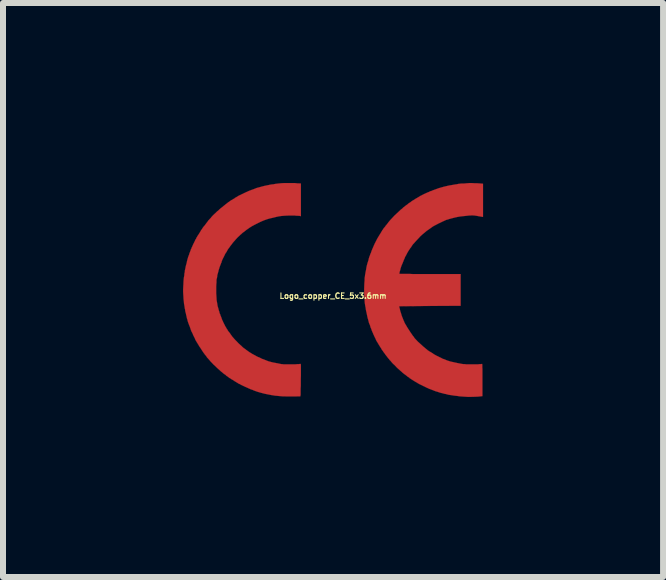
<source format=kicad_pcb>
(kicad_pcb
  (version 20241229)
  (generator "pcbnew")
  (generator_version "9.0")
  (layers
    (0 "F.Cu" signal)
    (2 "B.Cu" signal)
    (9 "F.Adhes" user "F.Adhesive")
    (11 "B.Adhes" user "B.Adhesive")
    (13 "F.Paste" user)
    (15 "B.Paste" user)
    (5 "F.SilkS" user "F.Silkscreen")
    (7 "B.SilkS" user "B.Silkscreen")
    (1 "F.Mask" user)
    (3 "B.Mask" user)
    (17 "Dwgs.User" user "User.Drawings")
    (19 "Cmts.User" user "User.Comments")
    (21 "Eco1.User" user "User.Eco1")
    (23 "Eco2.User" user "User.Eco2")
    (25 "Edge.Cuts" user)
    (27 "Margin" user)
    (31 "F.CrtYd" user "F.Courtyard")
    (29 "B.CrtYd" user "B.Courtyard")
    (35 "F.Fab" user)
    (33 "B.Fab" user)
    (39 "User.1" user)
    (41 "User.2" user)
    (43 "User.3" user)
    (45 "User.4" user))
  (footprint "Logo_copper_CE_5x3.6mm"
    (layer "F.Cu")
    (at 2.501 1.782)
    (property "Reference" "Logo_copper_CE_5x3.6mm" (at 0 0.1 0) (layer "F.SilkS") (effects (font (size 0.091 0.091) (thickness 0.018))))
    (attr exclude_from_pos_files exclude_from_bom)
    (fp_poly (pts (xy 2.499 -1.217) (xy 2.484 -1.219) (xy 2.438 -1.227) (xy 2.398 -1.234) (xy 2.362 -1.24) (xy 2.329 -1.242) (xy 2.304 -1.242) (xy 2.261 -1.24) (xy 2.212 -1.234) (xy 2.159 -1.229) (xy 2.103 -1.222) (xy 2.052 -1.212) (xy 2.007 -1.201) (xy 1.968 -1.191) (xy 1.933 -1.181) (xy 1.908 -1.173) (xy 1.882 -1.166) (xy 1.862 -1.156) (xy 1.839 -1.146) (xy 1.811 -1.133) (xy 1.781 -1.118) (xy 1.763 -1.11) (xy 1.725 -1.09) (xy 1.694 -1.074) (xy 1.666 -1.059) (xy 1.641 -1.041) (xy 1.613 -1.021) (xy 1.58 -0.998) (xy 1.562 -0.986) (xy 1.529 -0.958) (xy 1.491 -0.927) (xy 1.453 -0.892) (xy 1.417 -0.853) (xy 1.384 -0.818) (xy 1.359 -0.79) (xy 1.346 -0.775) (xy 1.333 -0.762) (xy 1.326 -0.752) (xy 1.318 -0.742) (xy 1.308 -0.726) (xy 1.303 -0.716) (xy 1.298 -0.709) (xy 1.29 -0.701) (xy 1.28 -0.686) (xy 1.265 -0.663) (xy 1.247 -0.635) (xy 1.229 -0.602) (xy 1.224 -0.592) (xy 1.217 -0.577) (xy 1.209 -0.564) (xy 1.206 -0.559) (xy 1.201 -0.551) (xy 1.196 -0.538) (xy 1.194 -0.531) (xy 1.186 -0.513) (xy 1.176 -0.493) (xy 1.176 -0.488) (xy 1.166 -0.465) (xy 1.156 -0.439) (xy 1.143 -0.411) (xy 1.135 -0.389) (xy 1.128 -0.366) (xy 1.123 -0.353) (xy 1.123 -0.351) (xy 1.12 -0.335) (xy 1.115 -0.318) (xy 1.11 -0.305) (xy 1.107 -0.287) (xy 1.105 -0.274) (xy 1.102 -0.269) (xy 1.107 -0.269) (xy 1.123 -0.267) (xy 1.148 -0.267) (xy 1.181 -0.267) (xy 1.224 -0.267) (xy 1.275 -0.267) (xy 1.336 -0.264) (xy 1.405 -0.264) (xy 1.478 -0.264) (xy 1.562 -0.264) (xy 1.615 -0.264) (xy 2.126 -0.264) (xy 2.126 0) (xy 2.126 0.264) (xy 1.613 0.267) (xy 1.1 0.272) (xy 1.113 0.32) (xy 1.12 0.353) (xy 1.133 0.391) (xy 1.143 0.427) (xy 1.156 0.46) (xy 1.166 0.485) (xy 1.173 0.503) (xy 1.181 0.521) (xy 1.184 0.526) (xy 1.191 0.546) (xy 1.201 0.564) (xy 1.212 0.582) (xy 1.222 0.599) (xy 1.234 0.62) (xy 1.25 0.645) (xy 1.267 0.671) (xy 1.283 0.696) (xy 1.3 0.721) (xy 1.316 0.744) (xy 1.326 0.759) (xy 1.333 0.77) (xy 1.336 0.77) (xy 1.346 0.785) (xy 1.356 0.8) (xy 1.369 0.815) (xy 1.389 0.836) (xy 1.412 0.861) (xy 1.44 0.886) (xy 1.471 0.914) (xy 1.499 0.94) (xy 1.527 0.963) (xy 1.544 0.978) (xy 1.557 0.988) (xy 1.567 0.996) (xy 1.57 0.998) (xy 1.577 1.006) (xy 1.593 1.016) (xy 1.608 1.026) (xy 1.626 1.036) (xy 1.643 1.046) (xy 1.654 1.054) (xy 1.661 1.057) (xy 1.666 1.059) (xy 1.666 1.062) (xy 1.669 1.064) (xy 1.681 1.072) (xy 1.699 1.082) (xy 1.722 1.095) (xy 1.748 1.107) (xy 1.773 1.12) (xy 1.801 1.133) (xy 1.824 1.146) (xy 1.844 1.153) (xy 1.847 1.153) (xy 1.902 1.176) (xy 1.958 1.194) (xy 2.014 1.206) (xy 2.073 1.219) (xy 2.139 1.232) (xy 2.177 1.237) (xy 2.195 1.237) (xy 2.217 1.24) (xy 2.245 1.24) (xy 2.278 1.24) (xy 2.314 1.24) (xy 2.349 1.24) (xy 2.385 1.24) (xy 2.416 1.24) (xy 2.443 1.237) (xy 2.464 1.237) (xy 2.477 1.234) (xy 2.479 1.234) (xy 2.482 1.234) (xy 2.484 1.234) (xy 2.484 1.237) (xy 2.487 1.245) (xy 2.487 1.255) (xy 2.487 1.27) (xy 2.487 1.29) (xy 2.489 1.318) (xy 2.489 1.354) (xy 2.489 1.394) (xy 2.489 1.445) (xy 2.489 1.501) (xy 2.489 1.77) (xy 2.418 1.778) (xy 2.342 1.781) (xy 2.258 1.783) (xy 2.177 1.778) (xy 2.136 1.775) (xy 2.106 1.773) (xy 2.078 1.768) (xy 2.052 1.765) (xy 2.032 1.763) (xy 2.009 1.76) (xy 1.981 1.755) (xy 1.966 1.753) (xy 1.943 1.75) (xy 1.915 1.745) (xy 1.9 1.74) (xy 1.88 1.735) (xy 1.852 1.73) (xy 1.826 1.722) (xy 1.824 1.722) (xy 1.783 1.712) (xy 1.745 1.699) (xy 1.704 1.687) (xy 1.659 1.669) (xy 1.638 1.661) (xy 1.626 1.656) (xy 1.61 1.651) (xy 1.598 1.646) (xy 1.577 1.636) (xy 1.554 1.626) (xy 1.529 1.613) (xy 1.501 1.6) (xy 1.476 1.587) (xy 1.45 1.575) (xy 1.43 1.565) (xy 1.417 1.557) (xy 1.41 1.554) (xy 1.405 1.549) (xy 1.397 1.544) (xy 1.377 1.534) (xy 1.361 1.524) (xy 1.356 1.521) (xy 1.349 1.516) (xy 1.336 1.509) (xy 1.321 1.499) (xy 1.313 1.494) (xy 1.295 1.481) (xy 1.28 1.473) (xy 1.273 1.468) (xy 1.273 1.466) (xy 1.267 1.46) (xy 1.255 1.453) (xy 1.252 1.45) (xy 1.24 1.443) (xy 1.232 1.438) (xy 1.232 1.435) (xy 1.224 1.43) (xy 1.214 1.422) (xy 1.212 1.42) (xy 1.184 1.4) (xy 1.168 1.387) (xy 1.161 1.382) (xy 1.151 1.372) (xy 1.133 1.356) (xy 1.115 1.341) (xy 1.11 1.336) (xy 1.087 1.316) (xy 1.057 1.288) (xy 1.029 1.257) (xy 0.998 1.229) (xy 0.973 1.201) (xy 0.953 1.176) (xy 0.945 1.171) (xy 0.935 1.156) (xy 0.925 1.143) (xy 0.922 1.143) (xy 0.912 1.13) (xy 0.902 1.115) (xy 0.899 1.113) (xy 0.892 1.102) (xy 0.884 1.095) (xy 0.884 1.092) (xy 0.879 1.087) (xy 0.871 1.077) (xy 0.864 1.064) (xy 0.853 1.052) (xy 0.846 1.041) (xy 0.841 1.036) (xy 0.838 1.031) (xy 0.831 1.019) (xy 0.818 1.003) (xy 0.805 0.983) (xy 0.805 0.98) (xy 0.792 0.96) (xy 0.78 0.942) (xy 0.772 0.927) (xy 0.767 0.922) (xy 0.762 0.914) (xy 0.757 0.902) (xy 0.744 0.884) (xy 0.744 0.881) (xy 0.739 0.871) (xy 0.734 0.869) (xy 0.732 0.861) (xy 0.724 0.851) (xy 0.716 0.833) (xy 0.706 0.81) (xy 0.696 0.79) (xy 0.686 0.77) (xy 0.681 0.757) (xy 0.673 0.742) (xy 0.665 0.721) (xy 0.658 0.706) (xy 0.65 0.688) (xy 0.645 0.676) (xy 0.643 0.668) (xy 0.64 0.66) (xy 0.638 0.655) (xy 0.635 0.645) (xy 0.627 0.63) (xy 0.622 0.612) (xy 0.617 0.594) (xy 0.61 0.577) (xy 0.607 0.569) (xy 0.599 0.551) (xy 0.592 0.523) (xy 0.584 0.493) (xy 0.574 0.457) (xy 0.566 0.419) (xy 0.559 0.384) (xy 0.551 0.351) (xy 0.546 0.323) (xy 0.544 0.305) (xy 0.541 0.287) (xy 0.538 0.277) (xy 0.528 0.211) (xy 0.523 0.137) (xy 0.518 0.061) (xy 0.518 -0.015) (xy 0.521 -0.091) (xy 0.521 -0.094) (xy 0.523 -0.127) (xy 0.526 -0.16) (xy 0.526 -0.188) (xy 0.528 -0.211) (xy 0.531 -0.224) (xy 0.533 -0.246) (xy 0.538 -0.272) (xy 0.541 -0.292) (xy 0.549 -0.33) (xy 0.556 -0.373) (xy 0.564 -0.411) (xy 0.574 -0.447) (xy 0.584 -0.478) (xy 0.587 -0.488) (xy 0.592 -0.5) (xy 0.592 -0.508) (xy 0.594 -0.518) (xy 0.599 -0.533) (xy 0.605 -0.554) (xy 0.615 -0.577) (xy 0.622 -0.599) (xy 0.627 -0.61) (xy 0.632 -0.62) (xy 0.638 -0.638) (xy 0.64 -0.645) (xy 0.653 -0.678) (xy 0.671 -0.719) (xy 0.691 -0.765) (xy 0.714 -0.81) (xy 0.739 -0.859) (xy 0.765 -0.902) (xy 0.79 -0.942) (xy 0.8 -0.958) (xy 0.808 -0.973) (xy 0.815 -0.983) (xy 0.818 -0.988) (xy 0.82 -0.996) (xy 0.826 -1.001) (xy 0.833 -1.008) (xy 0.833 -1.011) (xy 0.841 -1.024) (xy 0.848 -1.034) (xy 0.856 -1.041) (xy 0.866 -1.054) (xy 0.869 -1.057) (xy 0.876 -1.069) (xy 0.884 -1.079) (xy 0.886 -1.079) (xy 0.892 -1.087) (xy 0.902 -1.1) (xy 0.904 -1.102) (xy 0.927 -1.133) (xy 0.955 -1.166) (xy 0.988 -1.201) (xy 1.024 -1.24) (xy 1.062 -1.275) (xy 1.097 -1.308) (xy 1.13 -1.339) (xy 1.133 -1.341) (xy 1.153 -1.356) (xy 1.168 -1.372) (xy 1.181 -1.382) (xy 1.189 -1.387) (xy 1.212 -1.407) (xy 1.232 -1.42) (xy 1.245 -1.43) (xy 1.252 -1.438) (xy 1.255 -1.438) (xy 1.262 -1.445) (xy 1.275 -1.453) (xy 1.28 -1.455) (xy 1.295 -1.466) (xy 1.306 -1.476) (xy 1.308 -1.476) (xy 1.321 -1.486) (xy 1.331 -1.491) (xy 1.344 -1.499) (xy 1.349 -1.501) (xy 1.354 -1.506) (xy 1.364 -1.511) (xy 1.374 -1.519) (xy 1.389 -1.527) (xy 1.41 -1.539) (xy 1.415 -1.542) (xy 1.435 -1.554) (xy 1.455 -1.567) (xy 1.473 -1.575) (xy 1.476 -1.577) (xy 1.511 -1.595) (xy 1.544 -1.61) (xy 1.572 -1.623) (xy 1.598 -1.633) (xy 1.613 -1.641) (xy 1.623 -1.646) (xy 1.633 -1.646) (xy 1.648 -1.654) (xy 1.674 -1.664) (xy 1.694 -1.671) (xy 1.765 -1.697) (xy 1.847 -1.72) (xy 1.933 -1.74) (xy 2.022 -1.755) (xy 2.035 -1.758) (xy 2.057 -1.76) (xy 2.08 -1.765) (xy 2.095 -1.768) (xy 2.116 -1.77) (xy 2.139 -1.773) (xy 2.159 -1.773) (xy 2.182 -1.773) (xy 2.207 -1.775) (xy 2.235 -1.778) (xy 2.243 -1.778) (xy 2.273 -1.781) (xy 2.311 -1.781) (xy 2.357 -1.778) (xy 2.395 -1.778) (xy 2.499 -1.77) (xy 2.499 -1.494) (xy 2.499 -1.217)) (stroke (width 0.003) (type solid)) (fill yes) (layer "F.Cu"))
    (fp_poly (pts (xy -0.536 -1.229) (xy -0.554 -1.234) (xy -0.566 -1.234) (xy -0.584 -1.237) (xy -0.61 -1.237) (xy -0.64 -1.24) (xy -0.673 -1.24) (xy -0.744 -1.24) (xy -0.808 -1.237) (xy -0.866 -1.232) (xy -0.902 -1.227) (xy -0.96 -1.214) (xy -1.011 -1.201) (xy -1.057 -1.191) (xy -1.097 -1.179) (xy -1.135 -1.166) (xy -1.173 -1.151) (xy -1.214 -1.133) (xy -1.25 -1.115) (xy -1.3 -1.09) (xy -1.349 -1.064) (xy -1.389 -1.039) (xy -1.422 -1.016) (xy -1.448 -0.998) (xy -1.453 -0.993) (xy -1.46 -0.988) (xy -1.473 -0.978) (xy -1.476 -0.975) (xy -1.488 -0.965) (xy -1.499 -0.96) (xy -1.501 -0.958) (xy -1.506 -0.953) (xy -1.519 -0.942) (xy -1.534 -0.927) (xy -1.542 -0.922) (xy -1.562 -0.902) (xy -1.582 -0.884) (xy -1.6 -0.866) (xy -1.618 -0.846) (xy -1.638 -0.823) (xy -1.654 -0.805) (xy -1.674 -0.782) (xy -1.692 -0.757) (xy -1.712 -0.732) (xy -1.73 -0.706) (xy -1.748 -0.683) (xy -1.76 -0.663) (xy -1.768 -0.648) (xy -1.773 -0.64) (xy -1.773 -0.638) (xy -1.775 -0.632) (xy -1.781 -0.627) (xy -1.791 -0.612) (xy -1.801 -0.594) (xy -1.811 -0.572) (xy -1.824 -0.546) (xy -1.836 -0.523) (xy -1.847 -0.5) (xy -1.854 -0.48) (xy -1.859 -0.467) (xy -1.859 -0.462) (xy -1.862 -0.452) (xy -1.864 -0.452) (xy -1.867 -0.445) (xy -1.872 -0.429) (xy -1.875 -0.424) (xy -1.88 -0.409) (xy -1.885 -0.399) (xy -1.885 -0.396) (xy -1.887 -0.391) (xy -1.89 -0.384) (xy -1.895 -0.371) (xy -1.9 -0.351) (xy -1.908 -0.328) (xy -1.91 -0.315) (xy -1.915 -0.297) (xy -1.92 -0.279) (xy -1.925 -0.262) (xy -1.93 -0.244) (xy -1.93 -0.231) (xy -1.933 -0.216) (xy -1.935 -0.198) (xy -1.941 -0.183) (xy -1.943 -0.16) (xy -1.943 -0.127) (xy -1.946 -0.094) (xy -1.948 -0.053) (xy -1.948 -0.015) (xy -1.948 0.02) (xy -1.948 0.058) (xy -1.946 0.086) (xy -1.943 0.132) (xy -1.941 0.17) (xy -1.935 0.203) (xy -1.93 0.234) (xy -1.925 0.267) (xy -1.915 0.3) (xy -1.91 0.318) (xy -1.905 0.34) (xy -1.897 0.361) (xy -1.895 0.373) (xy -1.89 0.389) (xy -1.887 0.399) (xy -1.885 0.399) (xy -1.882 0.406) (xy -1.877 0.422) (xy -1.875 0.429) (xy -1.869 0.442) (xy -1.864 0.455) (xy -1.864 0.457) (xy -1.859 0.465) (xy -1.859 0.467) (xy -1.857 0.475) (xy -1.852 0.49) (xy -1.844 0.508) (xy -1.839 0.518) (xy -1.829 0.541) (xy -1.819 0.561) (xy -1.811 0.577) (xy -1.808 0.582) (xy -1.801 0.597) (xy -1.791 0.615) (xy -1.788 0.62) (xy -1.778 0.635) (xy -1.773 0.645) (xy -1.773 0.648) (xy -1.77 0.653) (xy -1.768 0.653) (xy -1.763 0.658) (xy -1.763 0.66) (xy -1.76 0.665) (xy -1.753 0.678) (xy -1.74 0.696) (xy -1.727 0.711) (xy -1.714 0.729) (xy -1.709 0.737) (xy -1.702 0.747) (xy -1.692 0.759) (xy -1.689 0.767) (xy -1.676 0.782) (xy -1.656 0.805) (xy -1.633 0.831) (xy -1.605 0.859) (xy -1.577 0.889) (xy -1.544 0.919) (xy -1.529 0.932) (xy -1.511 0.95) (xy -1.499 0.96) (xy -1.491 0.968) (xy -1.481 0.975) (xy -1.471 0.98) (xy -1.458 0.991) (xy -1.445 1.001) (xy -1.435 1.008) (xy -1.43 1.011) (xy -1.425 1.016) (xy -1.41 1.026) (xy -1.392 1.039) (xy -1.369 1.052) (xy -1.346 1.067) (xy -1.323 1.079) (xy -1.29 1.097) (xy -1.257 1.115) (xy -1.219 1.13) (xy -1.186 1.148) (xy -1.156 1.158) (xy -1.079 1.189) (xy -1.003 1.209) (xy -0.922 1.224) (xy -0.899 1.229) (xy -0.874 1.234) (xy -0.859 1.237) (xy -0.846 1.237) (xy -0.826 1.24) (xy -0.798 1.24) (xy -0.767 1.24) (xy -0.732 1.24) (xy -0.696 1.24) (xy -0.66 1.24) (xy -0.627 1.24) (xy -0.597 1.237) (xy -0.572 1.237) (xy -0.554 1.234) (xy -0.544 1.234) (xy -0.541 1.232) (xy -0.541 1.234) (xy -0.538 1.237) (xy -0.538 1.242) (xy -0.536 1.25) (xy -0.536 1.265) (xy -0.536 1.283) (xy -0.536 1.308) (xy -0.536 1.339) (xy -0.536 1.379) (xy -0.536 1.425) (xy -0.538 1.483) (xy -0.538 1.499) (xy -0.538 1.552) (xy -0.538 1.6) (xy -0.541 1.643) (xy -0.541 1.684) (xy -0.541 1.717) (xy -0.541 1.742) (xy -0.544 1.76) (xy -0.544 1.77) (xy -0.549 1.773) (xy -0.564 1.773) (xy -0.584 1.773) (xy -0.612 1.775) (xy -0.643 1.775) (xy -0.678 1.775) (xy -0.711 1.775) (xy -0.747 1.775) (xy -0.78 1.775) (xy -0.81 1.773) (xy -0.833 1.773) (xy -0.843 1.773) (xy -0.874 1.77) (xy -0.904 1.768) (xy -0.932 1.765) (xy -0.953 1.763) (xy -0.958 1.763) (xy -0.98 1.76) (xy -1.006 1.755) (xy -1.024 1.753) (xy -1.079 1.742) (xy -1.14 1.73) (xy -1.201 1.714) (xy -1.26 1.697) (xy -1.311 1.679) (xy -1.331 1.671) (xy -1.341 1.666) (xy -1.356 1.661) (xy -1.372 1.656) (xy -1.389 1.648) (xy -1.412 1.638) (xy -1.438 1.626) (xy -1.468 1.613) (xy -1.499 1.598) (xy -1.527 1.585) (xy -1.554 1.57) (xy -1.577 1.56) (xy -1.593 1.549) (xy -1.603 1.544) (xy -1.605 1.542) (xy -1.61 1.539) (xy -1.621 1.532) (xy -1.636 1.524) (xy -1.654 1.511) (xy -1.674 1.499) (xy -1.697 1.486) (xy -1.714 1.473) (xy -1.73 1.466) (xy -1.74 1.458) (xy -1.742 1.455) (xy -1.748 1.45) (xy -1.758 1.443) (xy -1.763 1.44) (xy -1.775 1.433) (xy -1.783 1.427) (xy -1.783 1.425) (xy -1.788 1.42) (xy -1.798 1.412) (xy -1.814 1.402) (xy -1.816 1.4) (xy -1.834 1.387) (xy -1.847 1.374) (xy -1.857 1.367) (xy -1.867 1.359) (xy -1.882 1.346) (xy -1.895 1.333) (xy -1.915 1.316) (xy -1.938 1.295) (xy -1.963 1.27) (xy -1.991 1.245) (xy -2.017 1.217) (xy -2.04 1.194) (xy -2.055 1.176) (xy -2.057 1.173) (xy -2.075 1.153) (xy -2.088 1.138) (xy -2.101 1.125) (xy -2.108 1.113) (xy -2.118 1.097) (xy -2.126 1.09) (xy -2.139 1.074) (xy -2.146 1.062) (xy -2.154 1.054) (xy -2.162 1.041) (xy -2.174 1.024) (xy -2.189 1.001) (xy -2.205 0.975) (xy -2.217 0.958) (xy -2.23 0.94) (xy -2.24 0.922) (xy -2.245 0.912) (xy -2.248 0.909) (xy -2.253 0.904) (xy -2.253 0.902) (xy -2.256 0.894) (xy -2.263 0.884) (xy -2.268 0.876) (xy -2.273 0.869) (xy -2.278 0.859) (xy -2.286 0.846) (xy -2.294 0.833) (xy -2.301 0.813) (xy -2.314 0.787) (xy -2.332 0.752) (xy -2.337 0.737) (xy -2.349 0.711) (xy -2.36 0.693) (xy -2.365 0.678) (xy -2.37 0.668) (xy -2.372 0.658) (xy -2.377 0.645) (xy -2.377 0.643) (xy -2.383 0.627) (xy -2.39 0.607) (xy -2.4 0.584) (xy -2.403 0.574) (xy -2.413 0.549) (xy -2.423 0.518) (xy -2.431 0.485) (xy -2.436 0.472) (xy -2.441 0.445) (xy -2.449 0.414) (xy -2.454 0.386) (xy -2.459 0.373) (xy -2.464 0.351) (xy -2.466 0.328) (xy -2.471 0.31) (xy -2.471 0.307) (xy -2.474 0.287) (xy -2.477 0.264) (xy -2.479 0.257) (xy -2.484 0.229) (xy -2.487 0.191) (xy -2.492 0.15) (xy -2.494 0.107) (xy -2.497 0.064) (xy -2.499 0.025) (xy -2.499 -0.003) (xy -2.497 -0.046) (xy -2.494 -0.097) (xy -2.492 -0.147) (xy -2.487 -0.201) (xy -2.479 -0.246) (xy -2.479 -0.254) (xy -2.477 -0.277) (xy -2.471 -0.297) (xy -2.471 -0.31) (xy -2.469 -0.328) (xy -2.464 -0.348) (xy -2.459 -0.371) (xy -2.459 -0.373) (xy -2.454 -0.399) (xy -2.446 -0.427) (xy -2.438 -0.457) (xy -2.436 -0.472) (xy -2.428 -0.503) (xy -2.421 -0.528) (xy -2.416 -0.546) (xy -2.41 -0.561) (xy -2.408 -0.569) (xy -2.403 -0.579) (xy -2.398 -0.594) (xy -2.393 -0.612) (xy -2.385 -0.63) (xy -2.38 -0.645) (xy -2.375 -0.655) (xy -2.372 -0.665) (xy -2.37 -0.668) (xy -2.37 -0.676) (xy -2.362 -0.688) (xy -2.355 -0.709) (xy -2.349 -0.719) (xy -2.332 -0.759) (xy -2.316 -0.79) (xy -2.304 -0.815) (xy -2.294 -0.838) (xy -2.283 -0.853) (xy -2.276 -0.871) (xy -2.266 -0.886) (xy -2.256 -0.904) (xy -2.243 -0.922) (xy -2.228 -0.947) (xy -2.225 -0.95) (xy -2.215 -0.968) (xy -2.207 -0.98) (xy -2.202 -0.991) (xy -2.2 -0.996) (xy -2.195 -1.001) (xy -2.187 -1.011) (xy -2.184 -1.013) (xy -2.177 -1.029) (xy -2.169 -1.039) (xy -2.167 -1.041) (xy -2.162 -1.049) (xy -2.151 -1.062) (xy -2.136 -1.079) (xy -2.121 -1.1) (xy -2.106 -1.12) (xy -2.09 -1.14) (xy -2.08 -1.156) (xy -2.073 -1.163) (xy -2.065 -1.171) (xy -2.052 -1.186) (xy -2.037 -1.201) (xy -2.032 -1.209) (xy -2.012 -1.232) (xy -1.994 -1.25) (xy -1.976 -1.267) (xy -1.956 -1.285) (xy -1.935 -1.306) (xy -1.91 -1.326) (xy -1.892 -1.344) (xy -1.88 -1.354) (xy -1.869 -1.364) (xy -1.862 -1.369) (xy -1.854 -1.374) (xy -1.849 -1.379) (xy -1.836 -1.389) (xy -1.824 -1.4) (xy -1.821 -1.402) (xy -1.811 -1.41) (xy -1.798 -1.42) (xy -1.783 -1.433) (xy -1.768 -1.443) (xy -1.758 -1.453) (xy -1.753 -1.455) (xy -1.748 -1.46) (xy -1.735 -1.468) (xy -1.717 -1.481) (xy -1.699 -1.494) (xy -1.679 -1.504) (xy -1.664 -1.514) (xy -1.651 -1.521) (xy -1.646 -1.524) (xy -1.638 -1.529) (xy -1.636 -1.534) (xy -1.631 -1.537) (xy -1.628 -1.537) (xy -1.623 -1.539) (xy -1.61 -1.547) (xy -1.603 -1.552) (xy -1.585 -1.562) (xy -1.565 -1.575) (xy -1.549 -1.58) (xy -1.532 -1.59) (xy -1.509 -1.6) (xy -1.483 -1.613) (xy -1.466 -1.621) (xy -1.44 -1.633) (xy -1.422 -1.641) (xy -1.407 -1.648) (xy -1.394 -1.654) (xy -1.384 -1.656) (xy -1.374 -1.661) (xy -1.318 -1.681) (xy -1.298 -1.689) (xy -1.28 -1.697) (xy -1.255 -1.704) (xy -1.224 -1.712) (xy -1.189 -1.722) (xy -1.151 -1.732) (xy -1.113 -1.74) (xy -1.074 -1.748) (xy -1.041 -1.755) (xy -1.019 -1.758) (xy -0.996 -1.76) (xy -0.973 -1.765) (xy -0.953 -1.768) (xy -0.912 -1.773) (xy -0.866 -1.778) (xy -0.813 -1.781) (xy -0.754 -1.781) (xy -0.696 -1.781) (xy -0.64 -1.781) (xy -0.587 -1.775) (xy -0.566 -1.775) (xy -0.536 -1.773) (xy -0.536 -1.501) (xy -0.536 -1.229)) (stroke (width 0.003) (type solid)) (fill yes) (layer "F.Cu")))
  (gr_rect
    (start -3 -3)
    (end 8.001 6.566)
    (stroke (width 0.1) (type default))
    (fill no)
    (layer "Edge.Cuts")))
</source>
